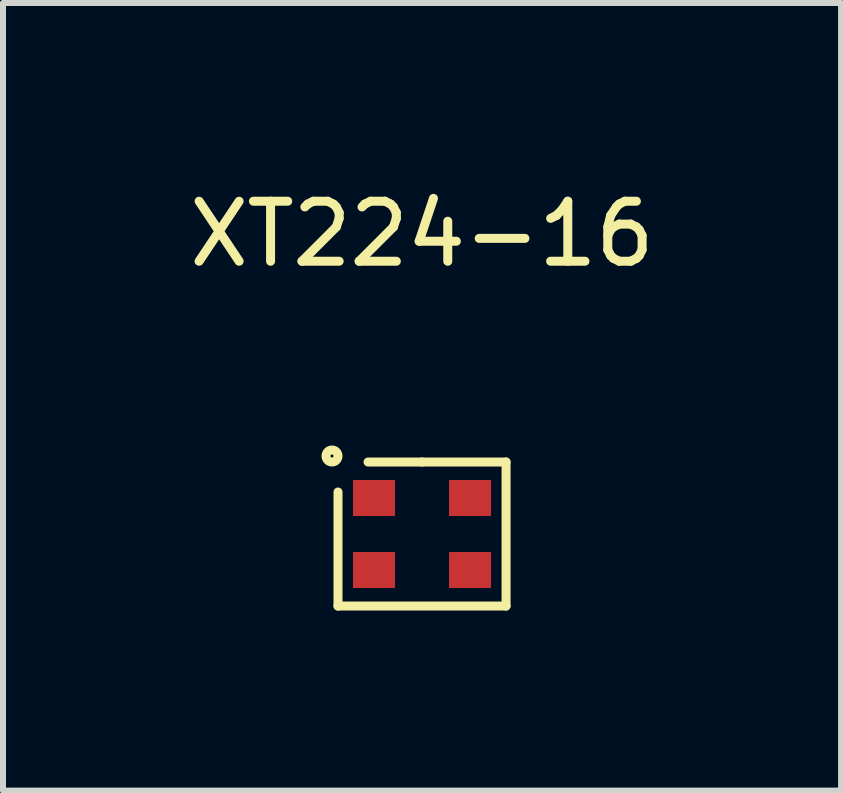
<source format=kicad_pcb>
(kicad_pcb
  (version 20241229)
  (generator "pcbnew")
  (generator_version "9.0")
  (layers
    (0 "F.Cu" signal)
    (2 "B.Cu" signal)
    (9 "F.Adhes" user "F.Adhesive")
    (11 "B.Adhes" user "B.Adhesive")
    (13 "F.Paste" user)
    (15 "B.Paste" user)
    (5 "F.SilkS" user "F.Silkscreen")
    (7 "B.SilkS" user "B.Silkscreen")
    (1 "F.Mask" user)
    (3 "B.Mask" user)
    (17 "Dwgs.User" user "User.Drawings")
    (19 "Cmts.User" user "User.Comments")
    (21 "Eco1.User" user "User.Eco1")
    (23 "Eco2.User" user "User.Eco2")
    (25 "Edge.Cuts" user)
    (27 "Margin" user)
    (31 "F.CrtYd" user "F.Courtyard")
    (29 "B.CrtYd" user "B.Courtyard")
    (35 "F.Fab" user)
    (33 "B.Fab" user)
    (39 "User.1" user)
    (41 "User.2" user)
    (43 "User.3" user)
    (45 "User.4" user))
  (footprint "XT224-16"
    (layer "F.Cu")
    (at 3.982 5.848)
    (property "Reference" "XT224-16" (at 0 -5 0) (layer "F.SilkS") (effects (font (size 1 1) (thickness 0.15))))
    (attr through_hole)
    (fp_line (start -1.4 1.2) (end -1.4 -0.7) (stroke (width 0.15) (type solid)) (layer "F.SilkS"))
    (fp_line (start -0.9 -1.2) (end 0 -1.2) (stroke (width 0.15) (type solid)) (layer "F.SilkS"))
    (fp_line (start 0 -1.2) (end 1.4 -1.2) (stroke (width 0.15) (type solid)) (layer "F.SilkS"))
    (fp_line (start 1.4 -1.2) (end 1.4 1.2) (stroke (width 0.15) (type solid)) (layer "F.SilkS"))
    (fp_line (start 1.4 1.2) (end -1.4 1.2) (stroke (width 0.15) (type solid)) (layer "F.SilkS"))
    (fp_circle (center -1.5 -1.3) (end -1.5 -1.2) (stroke (width 0.15) (type solid)) (fill no) (layer "F.SilkS"))
    (pad "" smd rect (at -0.8 0.6) (size 0.7 0.6) (layers "F.Cu" "F.Mask" "F.Paste"))
    (pad "" smd rect (at 0.8 -0.6) (size 0.7 0.6) (layers "F.Cu" "F.Mask" "F.Paste"))
    (pad "1" smd rect (at -0.8 -0.6) (size 0.7 0.6) (layers "F.Cu" "F.Mask" "F.Paste"))
    (pad "2" smd rect (at 0.8 0.6) (size 0.7 0.6) (layers "F.Cu" "F.Mask" "F.Paste")))
  (gr_rect
    (start -3 -3)
    (end 10.964 10.123)
    (stroke (width 0.1) (type default))
    (fill no)
    (layer "Edge.Cuts")))
</source>
